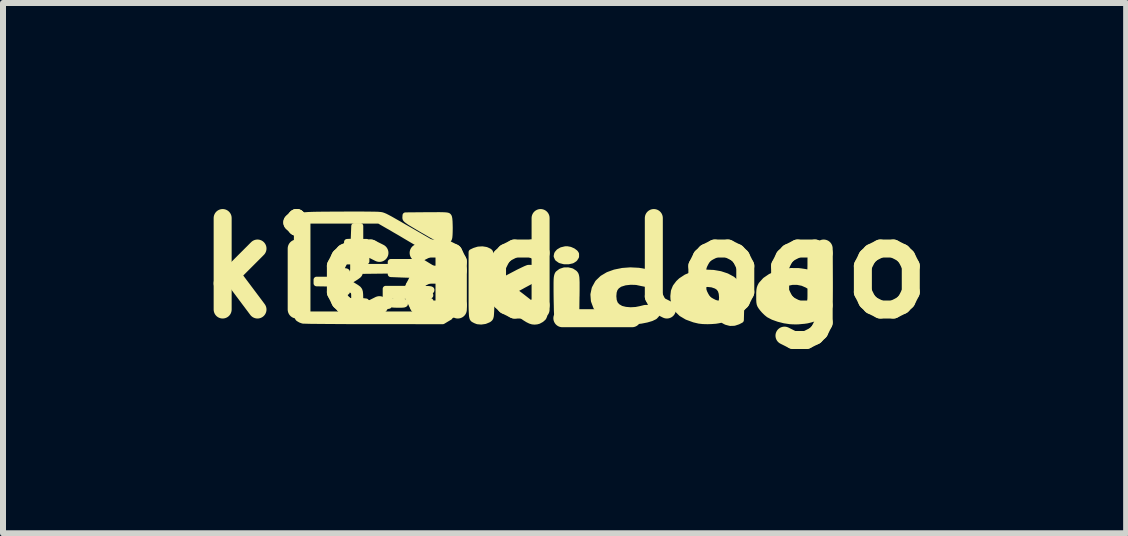
<source format=kicad_pcb>
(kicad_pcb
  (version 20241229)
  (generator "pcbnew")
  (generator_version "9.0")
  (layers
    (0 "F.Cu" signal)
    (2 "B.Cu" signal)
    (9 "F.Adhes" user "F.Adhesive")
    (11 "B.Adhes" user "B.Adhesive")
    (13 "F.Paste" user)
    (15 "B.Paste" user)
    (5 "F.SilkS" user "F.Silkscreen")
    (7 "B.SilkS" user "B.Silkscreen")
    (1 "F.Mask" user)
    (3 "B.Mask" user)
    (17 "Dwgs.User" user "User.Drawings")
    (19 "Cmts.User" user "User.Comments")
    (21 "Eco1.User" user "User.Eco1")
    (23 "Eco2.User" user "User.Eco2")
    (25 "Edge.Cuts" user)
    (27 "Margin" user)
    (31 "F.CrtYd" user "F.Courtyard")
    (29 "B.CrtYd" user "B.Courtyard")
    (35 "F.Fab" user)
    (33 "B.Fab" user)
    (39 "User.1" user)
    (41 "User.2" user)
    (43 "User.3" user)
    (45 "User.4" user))
  (footprint "kicad_logo"
    (layer "F.Cu")
    (at 6.357 1.418)
    (property "Reference" "kicad_logo" (at 0 0 0) (layer "F.SilkS") (effects (font (size 1.524 1.524) (thickness 0.3))))
    (attr through_hole)
    (fp_poly (pts (xy -2.235 0.62) (xy -2.337 0.62) (xy -2.438 0.62) (xy -2.438 0.584) (xy -2.438 0.549) (xy -2.337 0.549) (xy -2.235 0.549) (xy -2.235 0.584) (xy -2.235 0.62)) (stroke (width 0.1) (type solid)) (fill yes) (layer "F.SilkS"))
    (fp_poly (pts (xy 0.192 -0.234) (xy 0.192 -0.193) (xy 0.168 -0.155) (xy 0.126 -0.128) (xy 0.063 -0.114) (xy -0.007 -0.115) (xy -0.069 -0.131) (xy -0.073 -0.133) (xy -0.115 -0.163) (xy -0.131 -0.2) (xy -0.123 -0.238) (xy -0.094 -0.272) (xy -0.048 -0.299) (xy 0.014 -0.314) (xy 0.042 -0.315) (xy 0.091 -0.306) (xy 0.139 -0.285) (xy 0.178 -0.256) (xy 0.192 -0.234)) (stroke (width 0.1) (type solid)) (fill yes) (layer "F.SilkS"))
    (fp_poly (pts (xy -2.237 0.455) (xy -2.245 0.462) (xy -2.267 0.466) (xy -2.309 0.467) (xy -2.379 0.467) (xy -2.386 0.467) (xy -2.459 0.467) (xy -2.504 0.466) (xy -2.528 0.462) (xy -2.538 0.456) (xy -2.54 0.444) (xy -2.54 0.442) (xy -2.54 0.416) (xy -2.392 0.419) (xy -2.321 0.42) (xy -2.276 0.423) (xy -2.252 0.428) (xy -2.242 0.435) (xy -2.238 0.445) (xy -2.237 0.455)) (stroke (width 0.1) (type solid)) (fill yes) (layer "F.SilkS"))
    (fp_poly (pts (xy -2.659 0.442) (xy -2.661 0.456) (xy -2.672 0.464) (xy -2.702 0.467) (xy -2.757 0.467) (xy -2.76 0.467) (xy -2.816 0.467) (xy -2.847 0.464) (xy -2.859 0.457) (xy -2.862 0.443) (xy -2.862 0.442) (xy -2.86 0.428) (xy -2.848 0.42) (xy -2.819 0.417) (xy -2.764 0.417) (xy -2.76 0.417) (xy -2.704 0.417) (xy -2.673 0.42) (xy -2.661 0.427) (xy -2.659 0.441) (xy -2.659 0.442)) (stroke (width 0.1) (type solid)) (fill yes) (layer "F.SilkS"))
    (fp_poly (pts (xy -2.659 0.584) (xy -2.66 0.598) (xy -2.671 0.605) (xy -2.699 0.609) (xy -2.751 0.61) (xy -2.769 0.61) (xy -2.828 0.609) (xy -2.861 0.607) (xy -2.875 0.6) (xy -2.879 0.588) (xy -2.879 0.584) (xy -2.877 0.571) (xy -2.866 0.563) (xy -2.838 0.56) (xy -2.787 0.559) (xy -2.769 0.559) (xy -2.709 0.559) (xy -2.676 0.562) (xy -2.662 0.568) (xy -2.659 0.58) (xy -2.659 0.584)) (stroke (width 0.1) (type solid)) (fill yes) (layer "F.SilkS"))
    (fp_poly (pts (xy -2.218 0.366) (xy -2.22 0.373) (xy -2.226 0.378) (xy -2.243 0.381) (xy -2.274 0.384) (xy -2.323 0.385) (xy -2.395 0.386) (xy -2.494 0.386) (xy -2.565 0.386) (xy -2.913 0.386) (xy -2.913 0.508) (xy -2.913 0.559) (xy -2.914 0.594) (xy -2.918 0.615) (xy -2.925 0.626) (xy -2.936 0.629) (xy -2.946 0.63) (xy -2.96 0.629) (xy -2.969 0.624) (xy -2.975 0.611) (xy -2.978 0.588) (xy -2.98 0.551) (xy -2.98 0.498) (xy -2.98 0.488) (xy -2.98 0.345) (xy -2.599 0.345) (xy -2.476 0.346) (xy -2.383 0.346) (xy -2.316 0.347) (xy -2.27 0.348) (xy -2.241 0.351) (xy -2.226 0.354) (xy -2.219 0.359) (xy -2.218 0.366)) (stroke (width 0.1) (type solid)) (fill yes) (layer "F.SilkS"))
    (fp_poly (pts (xy -1.913 -0.669) (xy -1.914 -0.603) (xy -1.916 -0.553) (xy -1.919 -0.518) (xy -1.924 -0.495) (xy -1.931 -0.481) (xy -1.94 -0.473) (xy -1.962 -0.462) (xy -1.986 -0.456) (xy -2.013 -0.458) (xy -2.047 -0.468) (xy -2.092 -0.487) (xy -2.15 -0.516) (xy -2.225 -0.557) (xy -2.319 -0.612) (xy -2.355 -0.632) (xy -2.448 -0.687) (xy -2.52 -0.73) (xy -2.573 -0.762) (xy -2.609 -0.787) (xy -2.633 -0.805) (xy -2.646 -0.819) (xy -2.652 -0.831) (xy -2.652 -0.843) (xy -2.652 -0.843) (xy -2.65 -0.879) (xy -2.303 -0.882) (xy -2.185 -0.882) (xy -2.096 -0.883) (xy -2.032 -0.882) (xy -1.989 -0.88) (xy -1.961 -0.877) (xy -1.944 -0.873) (xy -1.935 -0.867) (xy -1.926 -0.852) (xy -1.92 -0.823) (xy -1.916 -0.778) (xy -1.914 -0.716) (xy -1.913 -0.669)) (stroke (width 0.1) (type solid)) (fill yes) (layer "F.SilkS"))
    (fp_poly (pts (xy 0.201 0.295) (xy 0.201 0.368) (xy 0.2 0.46) (xy 0.199 0.48) (xy 0.195 0.833) (xy 0.152 0.858) (xy 0.096 0.881) (xy 0.032 0.89) (xy -0.025 0.885) (xy -0.062 0.871) (xy -0.093 0.854) (xy -0.102 0.847) (xy -0.11 0.838) (xy -0.115 0.825) (xy -0.12 0.806) (xy -0.123 0.779) (xy -0.126 0.742) (xy -0.128 0.692) (xy -0.129 0.628) (xy -0.131 0.546) (xy -0.132 0.479) (xy -0.133 0.384) (xy -0.133 0.307) (xy -0.133 0.246) (xy -0.132 0.199) (xy -0.13 0.164) (xy -0.126 0.138) (xy -0.121 0.119) (xy -0.115 0.104) (xy -0.108 0.093) (xy -0.106 0.091) (xy -0.061 0.057) (xy -0.004 0.038) (xy 0.058 0.037) (xy 0.117 0.051) (xy 0.165 0.082) (xy 0.174 0.092) (xy 0.182 0.103) (xy 0.188 0.116) (xy 0.193 0.134) (xy 0.197 0.158) (xy 0.199 0.192) (xy 0.201 0.237) (xy 0.201 0.295)) (stroke (width 0.1) (type solid)) (fill yes) (layer "F.SilkS"))
    (fp_poly (pts (xy 1.536 0.172) (xy 1.52 0.209) (xy 1.482 0.24) (xy 1.426 0.26) (xy 1.357 0.263) (xy 1.286 0.249) (xy 1.197 0.23) (xy 1.101 0.227) (xy 1.009 0.237) (xy 0.931 0.261) (xy 0.916 0.268) (xy 0.869 0.301) (xy 0.837 0.343) (xy 0.819 0.397) (xy 0.813 0.467) (xy 0.813 0.468) (xy 0.82 0.54) (xy 0.841 0.597) (xy 0.879 0.64) (xy 0.935 0.673) (xy 0.947 0.678) (xy 1.016 0.695) (xy 1.101 0.702) (xy 1.19 0.697) (xy 1.27 0.681) (xy 1.337 0.664) (xy 1.393 0.662) (xy 1.45 0.674) (xy 1.455 0.675) (xy 1.503 0.701) (xy 1.531 0.736) (xy 1.532 0.775) (xy 1.531 0.776) (xy 1.502 0.807) (xy 1.446 0.834) (xy 1.368 0.857) (xy 1.276 0.875) (xy 1.175 0.886) (xy 1.072 0.889) (xy 0.977 0.884) (xy 0.848 0.86) (xy 0.733 0.819) (xy 0.636 0.764) (xy 0.562 0.696) (xy 0.527 0.645) (xy 0.489 0.543) (xy 0.481 0.44) (xy 0.502 0.34) (xy 0.553 0.247) (xy 0.561 0.237) (xy 0.632 0.169) (xy 0.726 0.113) (xy 0.837 0.073) (xy 0.962 0.047) (xy 1.096 0.037) (xy 1.234 0.044) (xy 1.371 0.068) (xy 1.397 0.075) (xy 1.473 0.103) (xy 1.52 0.136) (xy 1.536 0.172)) (stroke (width 0.1) (type solid)) (fill yes) (layer "F.SilkS"))
    (fp_poly (pts (xy 2.945 0.549) (xy 2.944 0.641) (xy 2.944 0.643) (xy 2.938 0.865) (xy 2.89 0.89) (xy 2.826 0.911) (xy 2.76 0.913) (xy 2.696 0.896) (xy 2.674 0.885) (xy 2.64 0.866) (xy 2.625 0.862) (xy 2.625 0.488) (xy 2.619 0.419) (xy 2.602 0.365) (xy 2.572 0.324) (xy 2.529 0.295) (xy 2.46 0.271) (xy 2.382 0.263) (xy 2.304 0.272) (xy 2.233 0.295) (xy 2.178 0.331) (xy 2.173 0.337) (xy 2.154 0.37) (xy 2.143 0.417) (xy 2.139 0.47) (xy 2.143 0.524) (xy 2.153 0.573) (xy 2.17 0.611) (xy 2.177 0.62) (xy 2.234 0.662) (xy 2.303 0.69) (xy 2.379 0.701) (xy 2.455 0.696) (xy 2.524 0.673) (xy 2.528 0.671) (xy 2.575 0.638) (xy 2.606 0.596) (xy 2.621 0.541) (xy 2.625 0.488) (xy 2.625 0.862) (xy 2.615 0.86) (xy 2.583 0.865) (xy 2.566 0.869) (xy 2.517 0.877) (xy 2.449 0.882) (xy 2.384 0.884) (xy 2.305 0.882) (xy 2.243 0.875) (xy 2.179 0.86) (xy 2.159 0.855) (xy 2.041 0.812) (xy 1.948 0.757) (xy 1.88 0.69) (xy 1.836 0.61) (xy 1.815 0.515) (xy 1.813 0.467) (xy 1.822 0.385) (xy 1.85 0.315) (xy 1.899 0.25) (xy 1.942 0.209) (xy 2.029 0.152) (xy 2.131 0.11) (xy 2.244 0.085) (xy 2.362 0.075) (xy 2.481 0.08) (xy 2.596 0.1) (xy 2.702 0.135) (xy 2.795 0.185) (xy 2.868 0.249) (xy 2.875 0.257) (xy 2.898 0.289) (xy 2.916 0.324) (xy 2.93 0.364) (xy 2.938 0.413) (xy 2.943 0.474) (xy 2.945 0.549)) (stroke (width 0.1) (type solid)) (fill yes) (layer "F.SilkS"))
    (fp_poly (pts (xy -0.339 0.793) (xy -0.353 0.824) (xy -0.388 0.855) (xy -0.434 0.88) (xy -0.465 0.888) (xy -0.5 0.891) (xy -0.534 0.888) (xy -0.57 0.877) (xy -0.611 0.857) (xy -0.661 0.826) (xy -0.722 0.783) (xy -0.798 0.726) (xy -0.847 0.688) (xy -0.914 0.636) (xy -0.975 0.59) (xy -1.026 0.552) (xy -1.065 0.524) (xy -1.089 0.51) (xy -1.093 0.508) (xy -1.115 0.515) (xy -1.148 0.532) (xy -1.164 0.541) (xy -1.185 0.555) (xy -1.2 0.568) (xy -1.21 0.585) (xy -1.215 0.608) (xy -1.219 0.643) (xy -1.222 0.694) (xy -1.222 0.703) (xy -1.225 0.757) (xy -1.228 0.795) (xy -1.234 0.82) (xy -1.242 0.836) (xy -1.256 0.849) (xy -1.27 0.858) (xy -1.326 0.881) (xy -1.39 0.89) (xy -1.448 0.885) (xy -1.484 0.871) (xy -1.516 0.854) (xy -1.523 0.848) (xy -1.529 0.841) (xy -1.534 0.831) (xy -1.538 0.817) (xy -1.542 0.796) (xy -1.544 0.767) (xy -1.546 0.728) (xy -1.548 0.678) (xy -1.549 0.615) (xy -1.549 0.537) (xy -1.549 0.443) (xy -1.549 0.331) (xy -1.549 0.282) (xy -1.549 -0.266) (xy -1.499 -0.29) (xy -1.437 -0.309) (xy -1.37 -0.313) (xy -1.307 -0.303) (xy -1.257 -0.28) (xy -1.242 -0.266) (xy -1.238 -0.252) (xy -1.234 -0.22) (xy -1.23 -0.173) (xy -1.226 -0.115) (xy -1.222 -0.047) (xy -1.219 0.026) (xy -1.219 0.029) (xy -1.211 0.308) (xy -0.93 0.155) (xy -0.846 0.111) (xy -0.768 0.07) (xy -0.7 0.037) (xy -0.647 0.012) (xy -0.612 -0.002) (xy -0.604 -0.004) (xy -0.55 -0.004) (xy -0.492 0.007) (xy -0.443 0.025) (xy -0.425 0.039) (xy -0.411 0.064) (xy -0.406 0.092) (xy -0.409 0.107) (xy -0.42 0.123) (xy -0.442 0.142) (xy -0.478 0.167) (xy -0.53 0.198) (xy -0.602 0.238) (xy -0.697 0.289) (xy -0.716 0.3) (xy -0.848 0.371) (xy -0.715 0.472) (xy -0.615 0.55) (xy -0.534 0.613) (xy -0.47 0.663) (xy -0.421 0.702) (xy -0.386 0.733) (xy -0.362 0.755) (xy -0.347 0.772) (xy -0.34 0.785) (xy -0.339 0.793)) (stroke (width 0.1) (type solid)) (fill yes) (layer "F.SilkS"))
    (fp_poly (pts (xy 4.417 0.325) (xy 4.416 0.399) (xy 4.415 0.462) (xy 4.414 0.513) (xy 4.412 0.549) (xy 4.41 0.567) (xy 4.409 0.568) (xy 4.4 0.592) (xy 4.401 0.601) (xy 4.396 0.621) (xy 4.38 0.654) (xy 4.356 0.692) (xy 4.329 0.728) (xy 4.303 0.758) (xy 4.296 0.764) (xy 4.268 0.781) (xy 4.247 0.786) (xy 4.245 0.785) (xy 4.236 0.786) (xy 4.24 0.79) (xy 4.235 0.803) (xy 4.206 0.82) (xy 4.159 0.839) (xy 4.102 0.856) (xy 4.098 0.857) (xy 4.098 0.45) (xy 4.098 0.313) (xy 4.042 0.279) (xy 3.966 0.246) (xy 3.881 0.229) (xy 3.793 0.229) (xy 3.712 0.246) (xy 3.673 0.261) (xy 3.613 0.303) (xy 3.575 0.358) (xy 3.557 0.427) (xy 3.556 0.457) (xy 3.561 0.518) (xy 3.576 0.568) (xy 3.607 0.612) (xy 3.637 0.642) (xy 3.695 0.679) (xy 3.771 0.701) (xy 3.855 0.708) (xy 3.939 0.699) (xy 3.995 0.681) (xy 4.033 0.662) (xy 4.061 0.638) (xy 4.08 0.607) (xy 4.091 0.565) (xy 4.097 0.509) (xy 4.098 0.45) (xy 4.098 0.857) (xy 4.041 0.871) (xy 3.985 0.879) (xy 3.979 0.879) (xy 3.945 0.882) (xy 3.903 0.886) (xy 3.857 0.888) (xy 3.795 0.886) (xy 3.759 0.884) (xy 3.664 0.87) (xy 3.565 0.845) (xy 3.475 0.813) (xy 3.406 0.777) (xy 3.404 0.776) (xy 3.367 0.746) (xy 3.326 0.706) (xy 3.296 0.671) (xy 3.275 0.643) (xy 3.26 0.619) (xy 3.251 0.595) (xy 3.246 0.565) (xy 3.244 0.525) (xy 3.244 0.47) (xy 3.244 0.467) (xy 3.244 0.409) (xy 3.247 0.365) (xy 3.253 0.333) (xy 3.263 0.306) (xy 3.277 0.279) (xy 3.282 0.272) (xy 3.345 0.202) (xy 3.431 0.143) (xy 3.534 0.096) (xy 3.65 0.064) (xy 3.773 0.048) (xy 3.898 0.049) (xy 3.94 0.054) (xy 3.999 0.063) (xy 4.047 0.072) (xy 4.068 0.076) (xy 4.079 0.077) (xy 4.087 0.073) (xy 4.093 0.061) (xy 4.096 0.038) (xy 4.097 0.001) (xy 4.098 -0.053) (xy 4.098 -0.074) (xy 4.098 -0.134) (xy 4.099 -0.177) (xy 4.102 -0.207) (xy 4.108 -0.228) (xy 4.117 -0.242) (xy 4.13 -0.255) (xy 4.142 -0.263) (xy 4.196 -0.288) (xy 4.261 -0.296) (xy 4.327 -0.285) (xy 4.364 -0.27) (xy 4.411 -0.246) (xy 4.416 0.153) (xy 4.417 0.242) (xy 4.417 0.325)) (stroke (width 0.1) (type solid)) (fill yes) (layer "F.SilkS"))
    (fp_poly (pts (xy -1.913 0.815) (xy -1.971 0.849) (xy -2.029 0.884) (xy -2.1 0.884) (xy -2.1 0.772) (xy -2.1 0.28) (xy -2.1 -0.211) (xy -2.451 -0.419) (xy -2.55 -0.477) (xy -2.648 -0.535) (xy -2.742 -0.591) (xy -2.827 -0.64) (xy -2.896 -0.681) (xy -2.946 -0.709) (xy -3.09 -0.792) (xy -3.687 -0.792) (xy -4.284 -0.792) (xy -4.284 -0.01) (xy -4.284 0.772) (xy -3.192 0.772) (xy -2.1 0.772) (xy -2.1 0.884) (xy -3.178 0.883) (xy -3.373 0.883) (xy -3.558 0.883) (xy -3.731 0.882) (xy -3.889 0.881) (xy -4.029 0.88) (xy -4.149 0.879) (xy -4.244 0.878) (xy -4.313 0.876) (xy -4.352 0.875) (xy -4.36 0.874) (xy -4.397 0.861) (xy -4.428 0.843) (xy -4.434 0.839) (xy -4.44 0.833) (xy -4.444 0.825) (xy -4.448 0.813) (xy -4.451 0.796) (xy -4.454 0.772) (xy -4.456 0.741) (xy -4.458 0.7) (xy -4.459 0.648) (xy -4.46 0.585) (xy -4.461 0.508) (xy -4.462 0.417) (xy -4.462 0.31) (xy -4.462 0.186) (xy -4.462 0.042) (xy -4.462 0.006) (xy -4.462 -0.148) (xy -4.462 -0.283) (xy -4.461 -0.399) (xy -4.46 -0.499) (xy -4.459 -0.583) (xy -4.457 -0.653) (xy -4.456 -0.709) (xy -4.453 -0.754) (xy -4.451 -0.787) (xy -4.447 -0.811) (xy -4.444 -0.827) (xy -4.44 -0.835) (xy -4.427 -0.849) (xy -4.412 -0.86) (xy -4.393 -0.869) (xy -4.366 -0.876) (xy -4.328 -0.881) (xy -4.274 -0.885) (xy -4.202 -0.888) (xy -4.108 -0.89) (xy -3.989 -0.891) (xy -3.841 -0.892) (xy -3.768 -0.892) (xy -3.627 -0.893) (xy -3.494 -0.893) (xy -3.373 -0.893) (xy -3.268 -0.892) (xy -3.185 -0.891) (xy -3.128 -0.89) (xy -3.107 -0.889) (xy -3.083 -0.887) (xy -3.063 -0.885) (xy -3.042 -0.881) (xy -3.019 -0.873) (xy -2.99 -0.861) (xy -2.953 -0.842) (xy -2.904 -0.816) (xy -2.841 -0.78) (xy -2.76 -0.734) (xy -2.66 -0.676) (xy -2.607 -0.646) (xy -2.532 -0.603) (xy -2.442 -0.551) (xy -2.345 -0.495) (xy -2.25 -0.44) (xy -2.201 -0.412) (xy -2.127 -0.369) (xy -2.059 -0.329) (xy -2.003 -0.294) (xy -1.962 -0.269) (xy -1.943 -0.255) (xy -1.937 -0.248) (xy -1.931 -0.238) (xy -1.926 -0.224) (xy -1.923 -0.203) (xy -1.92 -0.175) (xy -1.918 -0.138) (xy -1.916 -0.089) (xy -1.915 -0.027) (xy -1.914 0.049) (xy -1.914 0.142) (xy -1.914 0.252) (xy -1.914 0.293) (xy -1.913 0.815)) (stroke (width 0.1) (type solid)) (fill yes) (layer "F.SilkS"))
    (fp_poly (pts (xy -2.201 0.006) (xy -2.291 0.059) (xy -2.338 0.086) (xy -2.372 0.102) (xy -2.374 0.102) (xy -2.374 0.01) (xy -2.38 -0.006) (xy -2.381 -0.008) (xy -2.395 -0.016) (xy -2.42 -0.021) (xy -2.463 -0.025) (xy -2.53 -0.027) (xy -2.588 -0.028) (xy -2.777 -0.031) (xy -2.777 0.005) (xy -2.777 0.041) (xy -2.604 0.04) (xy -2.513 0.039) (xy -2.45 0.036) (xy -2.411 0.03) (xy -2.396 0.025) (xy -2.374 0.01) (xy -2.374 0.102) (xy -2.405 0.109) (xy -2.447 0.112) (xy -2.483 0.112) (xy -2.549 0.111) (xy -2.634 0.109) (xy -2.72 0.106) (xy -2.741 0.105) (xy -2.896 0.099) (xy -2.896 0.069) (xy -2.896 0.04) (xy -3.154 0.043) (xy -3.412 0.046) (xy -3.413 0.079) (xy -3.418 0.099) (xy -3.436 0.12) (xy -3.473 0.147) (xy -3.514 0.173) (xy -3.614 0.234) (xy -3.515 0.294) (xy -3.468 0.323) (xy -3.437 0.346) (xy -3.419 0.369) (xy -3.41 0.398) (xy -3.406 0.437) (xy -3.405 0.474) (xy -3.404 0.547) (xy -3.349 0.551) (xy -3.308 0.556) (xy -3.296 0.569) (xy -3.296 0.572) (xy -3.299 0.596) (xy -3.3 0.605) (xy -3.307 0.612) (xy -3.33 0.617) (xy -3.375 0.619) (xy -3.448 0.62) (xy -3.454 0.62) (xy -3.607 0.62) (xy -3.607 0.584) (xy -3.604 0.56) (xy -3.59 0.551) (xy -3.556 0.549) (xy -3.505 0.549) (xy -3.505 0.469) (xy -3.506 0.428) (xy -3.511 0.402) (xy -3.522 0.384) (xy -3.541 0.369) (xy -3.553 0.363) (xy -3.592 0.342) (xy -3.613 0.338) (xy -3.622 0.35) (xy -3.624 0.371) (xy -3.627 0.395) (xy -3.641 0.405) (xy -3.674 0.406) (xy -3.724 0.406) (xy -3.729 0.333) (xy -3.734 0.259) (xy -3.933 0.256) (xy -4.132 0.253) (xy -4.132 0.223) (xy -4.132 0.193) (xy -3.929 0.193) (xy -3.725 0.193) (xy -3.725 0.122) (xy -3.725 0.051) (xy -3.675 0.051) (xy -3.642 0.052) (xy -3.627 0.061) (xy -3.624 0.083) (xy -3.624 0.091) (xy -3.62 0.12) (xy -3.607 0.13) (xy -3.582 0.122) (xy -3.559 0.109) (xy -3.542 0.095) (xy -3.531 0.079) (xy -3.525 0.055) (xy -3.522 0.019) (xy -3.522 -0.013) (xy -3.522 -0.112) (xy -3.573 -0.112) (xy -3.624 -0.112) (xy -3.624 -0.274) (xy -3.624 -0.436) (xy -3.569 -0.439) (xy -3.514 -0.442) (xy -3.509 -0.572) (xy -3.504 -0.701) (xy -3.454 -0.701) (xy -3.404 -0.701) (xy -3.404 -0.569) (xy -3.404 -0.437) (xy -3.353 -0.437) (xy -3.302 -0.437) (xy -3.302 -0.275) (xy -3.302 -0.113) (xy -3.357 -0.11) (xy -3.392 -0.106) (xy -3.404 -0.099) (xy -3.404 -0.173) (xy -3.404 -0.274) (xy -3.404 -0.376) (xy -3.454 -0.376) (xy -3.505 -0.376) (xy -3.505 -0.274) (xy -3.505 -0.173) (xy -3.454 -0.173) (xy -3.404 -0.173) (xy -3.404 -0.099) (xy -3.409 -0.096) (xy -3.416 -0.075) (xy -3.417 -0.064) (xy -3.422 -0.02) (xy -3.159 -0.02) (xy -2.896 -0.02) (xy -2.896 -0.061) (xy -2.896 -0.102) (xy -2.637 -0.102) (xy -2.378 -0.102) (xy -2.29 -0.048) (xy -2.201 0.006)) (stroke (width 0.1) (type solid)) (fill yes) (layer "F.SilkS")))
  (gr_rect
    (start -3 -3)
    (end 15.715 5.836)
    (stroke (width 0.1) (type default))
    (fill no)
    (layer "Edge.Cuts")))
</source>
